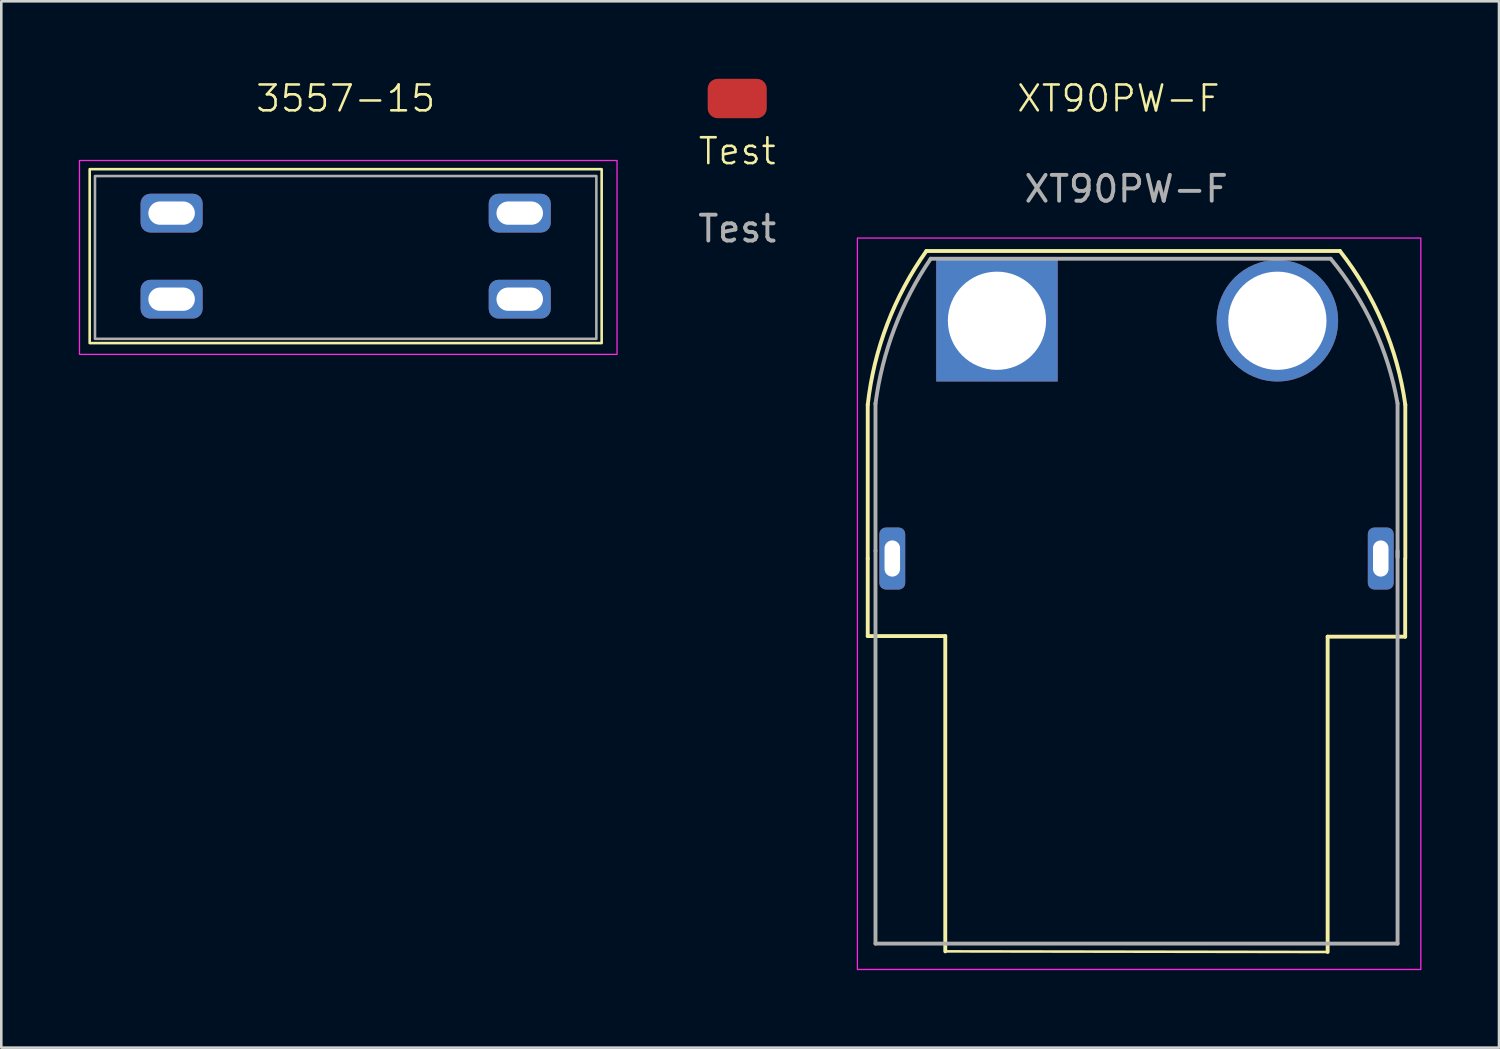
<source format=kicad_pcb>
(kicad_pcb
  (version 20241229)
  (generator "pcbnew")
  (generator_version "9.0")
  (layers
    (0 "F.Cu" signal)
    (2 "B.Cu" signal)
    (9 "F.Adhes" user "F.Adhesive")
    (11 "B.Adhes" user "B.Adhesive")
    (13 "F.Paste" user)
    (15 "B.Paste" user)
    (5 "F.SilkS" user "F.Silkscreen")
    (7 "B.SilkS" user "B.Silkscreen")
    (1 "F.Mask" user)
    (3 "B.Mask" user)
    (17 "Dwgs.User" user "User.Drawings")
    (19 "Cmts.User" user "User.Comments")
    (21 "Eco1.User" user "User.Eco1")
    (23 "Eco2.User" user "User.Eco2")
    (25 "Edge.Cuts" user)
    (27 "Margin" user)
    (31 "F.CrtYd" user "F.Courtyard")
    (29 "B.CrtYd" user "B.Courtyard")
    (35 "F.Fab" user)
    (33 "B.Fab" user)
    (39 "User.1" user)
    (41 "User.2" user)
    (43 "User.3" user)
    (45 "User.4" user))
  (footprint "XT90PW-F"
    (layer "F.Cu")
    (at 40.525 18.561)
    (property "Reference" "XT90PW-F" (at -0.3 -17.8 0) (unlocked yes) (layer "F.SilkS") (effects (font (size 1 1) (thickness 0.1))))
    (attr through_hole)
    (fp_line (start -10 0) (end -10 -5.95) (stroke (width 0.15) (type default)) (layer "F.SilkS"))
    (fp_line (start -10 0) (end -10 3) (stroke (width 0.15) (type default)) (layer "F.SilkS"))
    (fp_line (start -10 3) (end -7 3) (stroke (width 0.15) (type default)) (layer "F.SilkS"))
    (fp_line (start -7.73 -11.9) (end 8.27 -11.9) (stroke (width 0.15) (type default)) (layer "F.SilkS"))
    (fp_line (start -7 3) (end -7 15.2) (stroke (width 0.15) (type default)) (layer "F.SilkS"))
    (fp_line (start 7.795 3.024) (end 7.795 15.224) (stroke (width 0.15) (type default)) (layer "F.SilkS"))
    (fp_line (start 7.795 3.024) (end 10.795 3.024) (stroke (width 0.15) (type default)) (layer "F.SilkS"))
    (fp_line (start 7.795 15.224) (end -7 15.2) (stroke (width 0.1) (type default)) (layer "F.SilkS"))
    (fp_line (start 10.795 0.024) (end 10.795 3.024) (stroke (width 0.15) (type default)) (layer "F.SilkS"))
    (fp_line (start 10.8 0) (end 10.8 -5.95) (stroke (width 0.15) (type default)) (layer "F.SilkS"))
    (fp_arc (start -10 -5.95) (mid -9.244386 -9.06974) (end -7.73 -11.9) (stroke (width 0.15) (type default)) (layer "F.SilkS"))
    (fp_arc (start 8.27 -11.9) (mid 9.929111 -9.09258) (end 10.8 -5.95) (stroke (width 0.15) (type default)) (layer "F.SilkS"))
    (fp_rect (start -10.4 15.9) (end 11.4 -12.4) (stroke (width 0.05) (type default)) (fill no) (layer "F.CrtYd"))
    (fp_line (start -9.7 -0.3) (end -9.7 -6) (stroke (width 0.15) (type default)) (layer "F.Fab"))
    (fp_line (start -9.7 -0.3) (end -9.7 14.9) (stroke (width 0.15) (type default)) (layer "F.Fab"))
    (fp_line (start -9.7 14.9) (end 10.5 14.9) (stroke (width 0.15) (type default)) (layer "F.Fab"))
    (fp_line (start -7.564 -11.6) (end 7.913 -11.6) (stroke (width 0.15) (type default)) (layer "F.Fab"))
    (fp_line (start 10.5 -0.05) (end 10.5 -6) (stroke (width 0.15) (type default)) (layer "F.Fab"))
    (fp_line (start 10.5 14.9) (end 10.5 -0.3) (stroke (width 0.15) (type default)) (layer "F.Fab"))
    (fp_arc (start -9.7 -5.990497) (mid -8.960904 -8.920596) (end -7.563571 -11.6) (stroke (width 0.15) (type default)) (layer "F.Fab"))
    (fp_arc (start 7.913074 -11.6) (mid 9.572123 -8.968883) (end 10.499999 -6) (stroke (width 0.15) (type default)) (layer "F.Fab"))
    (fp_text user "${REFERENCE}" (at 0 -14.3 0) (unlocked yes) (layer "F.Fab") (effects (font (size 1 1) (thickness 0.15))))
    (pad "1" thru_hole circle (at 5.85 -9.2) (size 4.7 4.7) (drill 3.8) (layers "*.Cu" "*.Mask"))
    (pad "2" thru_hole rect (at -5 -9.2) (size 4.7 4.7) (drill 3.8) (layers "*.Cu" "*.Mask"))
    (pad "3" thru_hole roundrect (at 9.85 0) (size 1 2.4) (drill oval 0.6 1.4) (layers "*.Cu" "*.Mask") (roundrect_rratio 0.25))
    (pad "4" thru_hole roundrect (at -9.05 0) (size 1 2.4) (drill oval 0.6 1.4) (layers "*.Cu" "*.Mask") (roundrect_rratio 0.25)))
  (footprint "Test"
    (layer "F.Cu")
    (at 25.475 3.302)
    (property "Reference" "Test" (at 0 -0.5 0) (unlocked yes) (layer "F.SilkS") (effects (font (size 1 1) (thickness 0.1))))
    (attr smd)
    (fp_text user "${REFERENCE}" (at 0 2.5 0) (unlocked yes) (layer "F.Fab") (effects (font (size 1 1) (thickness 0.15))))
    (pad "1" smd roundrect (at 0 -2.54) (size 2.286 1.524) (layers "F.Cu" "F.Mask" "F.Paste") (roundrect_rratio 0.25)))
  (footprint "3557-15"
    (layer "F.Cu")
    (at 10.325 6.861)
    (property "Reference" "3557-15" (at 0 -6.1 0) (unlocked yes) (layer "F.SilkS") (effects (font (size 1 1) (thickness 0.1))))
    (attr through_hole)
    (fp_rect (start -9.905 -3.365) (end 9.905 3.365) (stroke (width 0.1) (type default)) (fill no) (layer "F.SilkS"))
    (fp_rect (start -10.3 -3.7) (end 10.5 3.8) (stroke (width 0.05) (type default)) (fill no) (layer "F.CrtYd"))
    (fp_rect (start -9.7 3.2) (end 9.7 -3.1) (stroke (width 0.1) (type default)) (fill no) (layer "F.Fab"))
    (pad "1" thru_hole roundrect (at -6.735 -1.665) (size 2.4 1.5) (drill oval 1.8 0.9) (layers "*.Cu" "*.Mask") (roundrect_rratio 0.25))
    (pad "2" thru_hole roundrect (at -6.735 1.665) (size 2.4 1.5) (drill oval 1.8 0.9) (layers "*.Cu" "*.Mask") (roundrect_rratio 0.25))
    (pad "3" thru_hole roundrect (at 6.735 1.665) (size 2.4 1.5) (drill oval 1.8 0.9) (layers "*.Cu" "*.Mask") (roundrect_rratio 0.25))
    (pad "4" thru_hole roundrect (at 6.735 -1.665) (size 2.4 1.5) (drill oval 1.8 0.9) (layers "*.Cu" "*.Mask") (roundrect_rratio 0.25)))
  (gr_rect
    (start -3 -3)
    (end 54.95 37.486)
    (stroke (width 0.1) (type default))
    (fill no)
    (layer "Edge.Cuts")))
</source>
